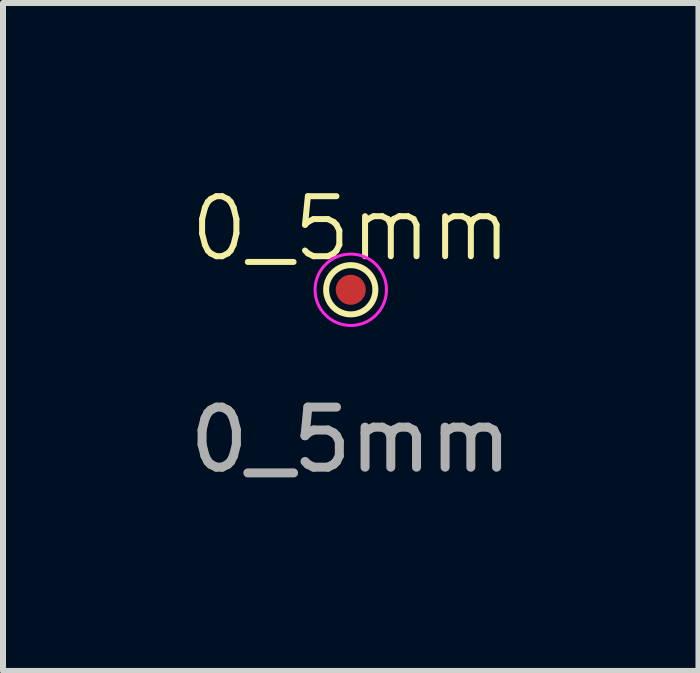
<source format=kicad_pcb>
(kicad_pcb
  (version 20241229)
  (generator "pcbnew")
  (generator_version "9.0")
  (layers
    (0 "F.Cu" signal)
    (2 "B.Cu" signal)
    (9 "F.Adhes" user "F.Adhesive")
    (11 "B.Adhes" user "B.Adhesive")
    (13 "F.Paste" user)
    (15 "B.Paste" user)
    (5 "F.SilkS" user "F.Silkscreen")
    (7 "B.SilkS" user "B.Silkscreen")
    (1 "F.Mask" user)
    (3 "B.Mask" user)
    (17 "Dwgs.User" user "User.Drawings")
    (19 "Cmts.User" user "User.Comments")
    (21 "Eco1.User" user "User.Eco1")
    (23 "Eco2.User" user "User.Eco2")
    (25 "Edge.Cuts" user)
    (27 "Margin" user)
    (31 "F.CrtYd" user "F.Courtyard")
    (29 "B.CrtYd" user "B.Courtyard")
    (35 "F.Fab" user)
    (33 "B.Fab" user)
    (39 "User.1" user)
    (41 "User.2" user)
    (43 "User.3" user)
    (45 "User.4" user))
  (footprint "0_5mm"
    (layer "F.Cu")
    (at 2.792 1.776)
    (property "Reference" "0_5mm" (at 0 -1.016 0) (unlocked yes) (layer "F.SilkS") (effects (font (size 1 1) (thickness 0.1))))
    (attr smd)
    (fp_circle (center 0 0) (end 0.356 0.203) (stroke (width 0.1) (type default)) (fill no) (layer "F.SilkS"))
    (fp_circle (center 0 0) (end 0.559 0.203) (stroke (width 0.05) (type default)) (fill no) (layer "F.CrtYd"))
    (fp_text user "${REFERENCE}" (at 0 2.5 0) (unlocked yes) (layer "F.Fab") (effects (font (size 1 1) (thickness 0.15))))
    (pad "1" smd circle (at 0 0) (size 0.5 0.5) (layers "F.Cu" "F.Mask" "F.Paste")))
  (gr_rect
    (start -3 -3)
    (end 8.583 8.125)
    (stroke (width 0.1) (type default))
    (fill no)
    (layer "Edge.Cuts")))
</source>
